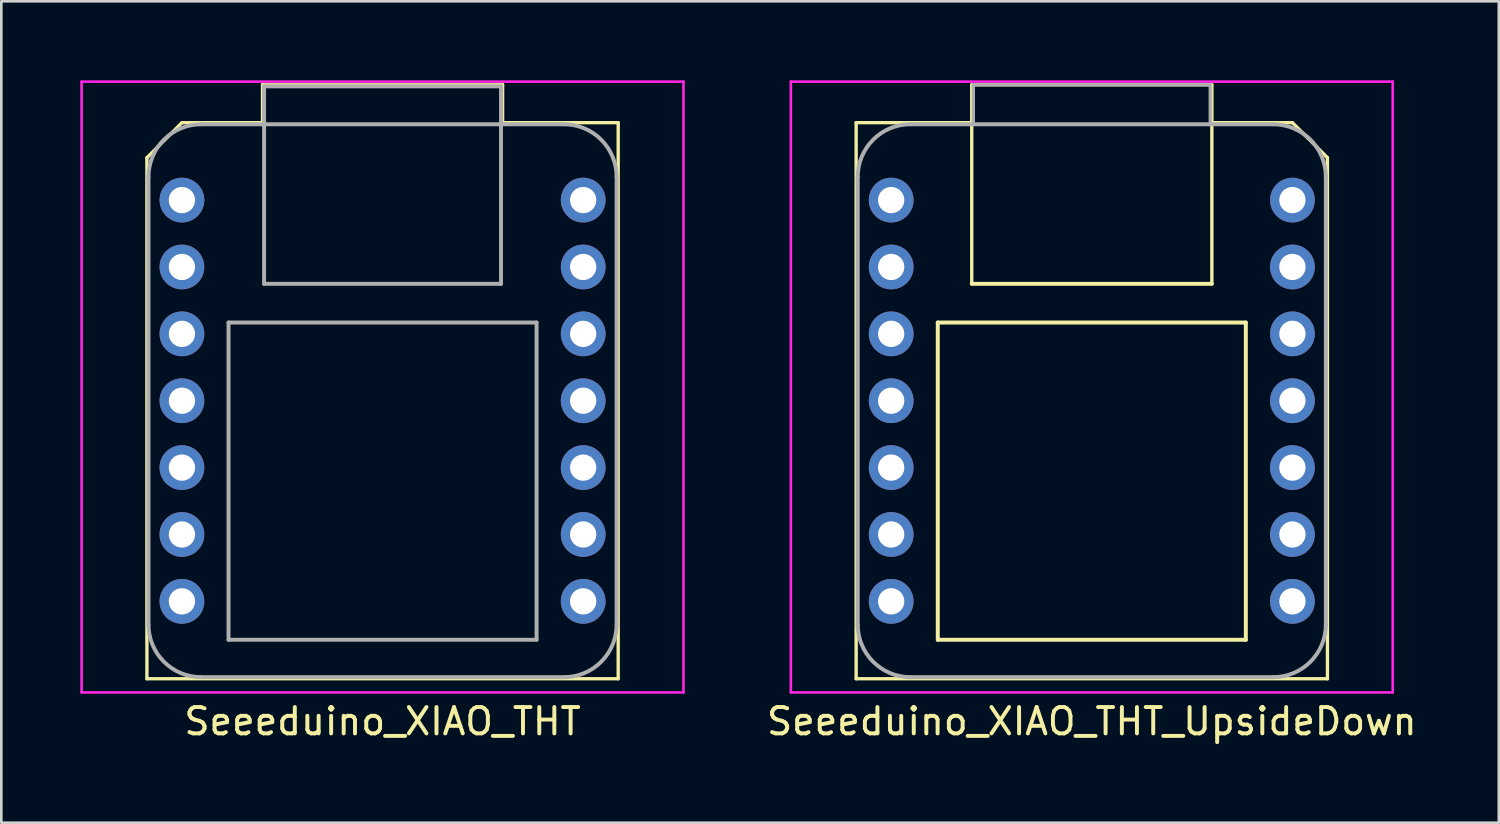
<source format=kicad_pcb>
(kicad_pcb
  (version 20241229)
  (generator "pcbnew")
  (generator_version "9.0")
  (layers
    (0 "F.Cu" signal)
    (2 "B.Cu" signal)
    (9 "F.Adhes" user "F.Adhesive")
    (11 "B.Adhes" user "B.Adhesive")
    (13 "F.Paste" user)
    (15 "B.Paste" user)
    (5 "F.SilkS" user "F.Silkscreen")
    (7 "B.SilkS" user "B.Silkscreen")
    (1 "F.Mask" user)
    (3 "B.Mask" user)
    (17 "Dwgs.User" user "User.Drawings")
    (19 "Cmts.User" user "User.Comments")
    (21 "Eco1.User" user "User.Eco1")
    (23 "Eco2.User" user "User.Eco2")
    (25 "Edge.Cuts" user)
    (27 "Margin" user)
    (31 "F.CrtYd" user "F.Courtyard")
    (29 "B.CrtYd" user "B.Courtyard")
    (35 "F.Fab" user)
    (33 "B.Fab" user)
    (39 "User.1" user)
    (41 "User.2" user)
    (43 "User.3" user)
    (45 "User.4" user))
  (footprint "Seeeduino_XIAO_THT_UpsideDown"
    (layer "F.Cu")
    (at 38.418 12.17)
    (property "Reference" "Seeeduino_XIAO_THT_UpsideDown" (at 0 12.18 0) (layer "F.SilkS") (effects (font (size 1 1) (thickness 0.15))))
    (attr through_hole)
    (fp_line (start -8.95 -10.56) (end -8.95 10.56) (stroke (width 0.127) (type solid)) (layer "F.SilkS"))
    (fp_line (start -8.95 10.56) (end 8.95 10.56) (stroke (width 0.127) (type solid)) (layer "F.SilkS"))
    (fp_line (start -5.85 -2.97) (end 5.85 -2.97) (stroke (width 0.15) (type solid)) (layer "F.SilkS"))
    (fp_line (start -5.85 9.08) (end -5.85 -2.97) (stroke (width 0.15) (type solid)) (layer "F.SilkS"))
    (fp_line (start -4.56 -12) (end -4.56 -4.44) (stroke (width 0.127) (type solid)) (layer "F.SilkS"))
    (fp_line (start -4.56 -10.56) (end -8.95 -10.56) (stroke (width 0.127) (type solid)) (layer "F.SilkS"))
    (fp_line (start 4.56 -12) (end -4.56 -12) (stroke (width 0.127) (type solid)) (layer "F.SilkS"))
    (fp_line (start 4.56 -4.44) (end -4.56 -4.44) (stroke (width 0.15) (type solid)) (layer "F.SilkS"))
    (fp_line (start 4.56 -4.44) (end 4.56 -12) (stroke (width 0.127) (type solid)) (layer "F.SilkS"))
    (fp_line (start 5.85 -2.97) (end 5.85 9.08) (stroke (width 0.15) (type solid)) (layer "F.SilkS"))
    (fp_line (start 5.85 9.08) (end -5.85 9.08) (stroke (width 0.15) (type solid)) (layer "F.SilkS"))
    (fp_line (start 7.62 -10.56) (end 4.56 -10.56) (stroke (width 0.127) (type solid)) (layer "F.SilkS"))
    (fp_line (start 8.95 -9.23) (end 7.62 -10.56) (stroke (width 0.127) (type solid)) (layer "F.SilkS"))
    (fp_line (start 8.95 10.56) (end 8.95 -9.23) (stroke (width 0.127) (type solid)) (layer "F.SilkS"))
    (fp_line (start -11.43 -12.12) (end 11.43 -12.12) (stroke (width 0.1) (type solid)) (layer "F.CrtYd"))
    (fp_line (start -11.43 11.08) (end -11.43 -12.12) (stroke (width 0.1) (type solid)) (layer "F.CrtYd"))
    (fp_line (start -11.43 11.08) (end 11.43 11.08) (stroke (width 0.1) (type solid)) (layer "F.CrtYd"))
    (fp_line (start 11.43 11.08) (end 11.43 -12.12) (stroke (width 0.1) (type solid)) (layer "F.CrtYd"))
    (fp_line (start -8.89 -8.5) (end -8.89 8.5) (stroke (width 0.15) (type solid)) (layer "F.Fab"))
    (fp_line (start -6.89 10.5) (end 6.89 10.5) (stroke (width 0.15) (type solid)) (layer "F.Fab"))
    (fp_line (start -4.5 -12) (end -4.5 -10.5) (stroke (width 0.127) (type solid)) (layer "F.Fab"))
    (fp_line (start 4.5 -12) (end -4.5 -12) (stroke (width 0.127) (type solid)) (layer "F.Fab"))
    (fp_line (start 4.5 -10.5) (end 4.5 -12) (stroke (width 0.127) (type solid)) (layer "F.Fab"))
    (fp_line (start 6.89 -10.5) (end -6.89 -10.5) (stroke (width 0.15) (type solid)) (layer "F.Fab"))
    (fp_line (start 8.89 8.5) (end 8.89 -8.5) (stroke (width 0.15) (type solid)) (layer "F.Fab"))
    (fp_arc (start -8.89 -8.5) (mid -8.304214 -9.914214) (end -6.89 -10.5) (stroke (width 0.15) (type solid)) (layer "F.Fab"))
    (fp_arc (start -6.89 10.5) (mid -8.304214 9.914214) (end -8.89 8.5) (stroke (width 0.15) (type solid)) (layer "F.Fab"))
    (fp_arc (start 6.89 -10.5) (mid 8.304214 -9.914214) (end 8.89 -8.5) (stroke (width 0.15) (type solid)) (layer "F.Fab"))
    (fp_arc (start 8.89 8.5) (mid 8.304214 9.914214) (end 6.89 10.5) (stroke (width 0.15) (type solid)) (layer "F.Fab"))
    (pad "1" thru_hole circle (at 7.62 -7.62) (size 1.7 1.7) (drill 1) (layers "*.Cu" "*.Mask"))
    (pad "2" thru_hole circle (at 7.62 -5.08) (size 1.7 1.7) (drill 1) (layers "*.Cu" "*.Mask"))
    (pad "3" thru_hole circle (at 7.62 -2.54) (size 1.7 1.7) (drill 1) (layers "*.Cu" "*.Mask"))
    (pad "4" thru_hole circle (at 7.62 0) (size 1.7 1.7) (drill 1) (layers "*.Cu" "*.Mask"))
    (pad "5" thru_hole circle (at 7.62 2.54) (size 1.7 1.7) (drill 1) (layers "*.Cu" "*.Mask"))
    (pad "6" thru_hole circle (at 7.62 5.08) (size 1.7 1.7) (drill 1) (layers "*.Cu" "*.Mask"))
    (pad "7" thru_hole circle (at 7.62 7.62) (size 1.7 1.7) (drill 1) (layers "*.Cu" "*.Mask"))
    (pad "8" thru_hole circle (at -7.62 7.62) (size 1.7 1.7) (drill 1) (layers "*.Cu" "*.Mask"))
    (pad "9" thru_hole circle (at -7.62 5.08) (size 1.7 1.7) (drill 1) (layers "*.Cu" "*.Mask"))
    (pad "10" thru_hole circle (at -7.62 2.54) (size 1.7 1.7) (drill 1) (layers "*.Cu" "*.Mask"))
    (pad "11" thru_hole circle (at -7.62 0) (size 1.7 1.7) (drill 1) (layers "*.Cu" "*.Mask"))
    (pad "12" thru_hole circle (at -7.62 -2.54) (size 1.7 1.7) (drill 1) (layers "*.Cu" "*.Mask"))
    (pad "13" thru_hole circle (at -7.62 -5.08) (size 1.7 1.7) (drill 1) (layers "*.Cu" "*.Mask"))
    (pad "14" thru_hole circle (at -7.62 -7.62) (size 1.7 1.7) (drill 1) (layers "*.Cu" "*.Mask")))
  (footprint "Seeeduino_XIAO_THT"
    (layer "F.Cu")
    (at 11.48 12.17)
    (property "Reference" "Seeeduino_XIAO_THT" (at 0 12.18 0) (layer "F.SilkS") (effects (font (size 1 1) (thickness 0.15))))
    (attr through_hole)
    (fp_line (start -8.95 -9.23) (end -8.95 10.56) (stroke (width 0.127) (type solid)) (layer "F.SilkS"))
    (fp_line (start -8.95 10.56) (end 8.95 10.56) (stroke (width 0.127) (type solid)) (layer "F.SilkS"))
    (fp_line (start -7.62 -10.56) (end -8.95 -9.23) (stroke (width 0.127) (type solid)) (layer "F.SilkS"))
    (fp_line (start -4.56 -12) (end -4.56 -10.56) (stroke (width 0.127) (type solid)) (layer "F.SilkS"))
    (fp_line (start -4.56 -10.56) (end -7.62 -10.56) (stroke (width 0.127) (type solid)) (layer "F.SilkS"))
    (fp_line (start 4.56 -12) (end -4.56 -12) (stroke (width 0.127) (type solid)) (layer "F.SilkS"))
    (fp_line (start 4.56 -10.56) (end 4.56 -12) (stroke (width 0.127) (type solid)) (layer "F.SilkS"))
    (fp_line (start 8.95 -10.56) (end 4.56 -10.56) (stroke (width 0.127) (type solid)) (layer "F.SilkS"))
    (fp_line (start 8.95 10.56) (end 8.95 -10.56) (stroke (width 0.127) (type solid)) (layer "F.SilkS"))
    (fp_line (start -11.43 -12.12) (end 11.43 -12.12) (stroke (width 0.1) (type solid)) (layer "F.CrtYd"))
    (fp_line (start -11.43 11.08) (end -11.43 -12.12) (stroke (width 0.1) (type solid)) (layer "F.CrtYd"))
    (fp_line (start -11.43 11.08) (end 11.43 11.08) (stroke (width 0.1) (type solid)) (layer "F.CrtYd"))
    (fp_line (start 11.43 11.08) (end 11.43 -12.12) (stroke (width 0.1) (type solid)) (layer "F.CrtYd"))
    (fp_line (start -8.89 -8.5) (end -8.89 8.5) (stroke (width 0.15) (type solid)) (layer "F.Fab"))
    (fp_line (start -6.89 10.5) (end 6.89 10.5) (stroke (width 0.15) (type solid)) (layer "F.Fab"))
    (fp_line (start -5.85 -2.97) (end 5.85 -2.97) (stroke (width 0.15) (type solid)) (layer "F.Fab"))
    (fp_line (start -5.85 9.08) (end -5.85 -2.97) (stroke (width 0.15) (type solid)) (layer "F.Fab"))
    (fp_line (start -4.5 -11.94) (end 4.5 -11.94) (stroke (width 0.15) (type solid)) (layer "F.Fab"))
    (fp_line (start -4.5 -4.44) (end -4.5 -11.94) (stroke (width 0.15) (type solid)) (layer "F.Fab"))
    (fp_line (start 4.5 -11.94) (end 4.5 -4.44) (stroke (width 0.15) (type solid)) (layer "F.Fab"))
    (fp_line (start 4.5 -4.44) (end -4.5 -4.44) (stroke (width 0.15) (type solid)) (layer "F.Fab"))
    (fp_line (start 5.85 -2.97) (end 5.85 9.08) (stroke (width 0.15) (type solid)) (layer "F.Fab"))
    (fp_line (start 5.85 9.08) (end -5.85 9.08) (stroke (width 0.15) (type solid)) (layer "F.Fab"))
    (fp_line (start 6.89 -10.5) (end -6.89 -10.5) (stroke (width 0.15) (type solid)) (layer "F.Fab"))
    (fp_line (start 8.89 8.5) (end 8.89 -8.5) (stroke (width 0.15) (type solid)) (layer "F.Fab"))
    (fp_arc (start -8.89 -8.5) (mid -8.304214 -9.914214) (end -6.89 -10.5) (stroke (width 0.15) (type solid)) (layer "F.Fab"))
    (fp_arc (start -6.89 10.5) (mid -8.304214 9.914214) (end -8.89 8.5) (stroke (width 0.15) (type solid)) (layer "F.Fab"))
    (fp_arc (start 6.89 -10.5) (mid 8.304214 -9.914214) (end 8.89 -8.5) (stroke (width 0.15) (type solid)) (layer "F.Fab"))
    (fp_arc (start 8.89 8.5) (mid 8.304214 9.914214) (end 6.89 10.5) (stroke (width 0.15) (type solid)) (layer "F.Fab"))
    (pad "1" thru_hole circle (at -7.62 -7.62) (size 1.7 1.7) (drill 1) (layers "*.Cu" "*.Mask"))
    (pad "2" thru_hole circle (at -7.62 -5.08) (size 1.7 1.7) (drill 1) (layers "*.Cu" "*.Mask"))
    (pad "3" thru_hole circle (at -7.62 -2.54) (size 1.7 1.7) (drill 1) (layers "*.Cu" "*.Mask"))
    (pad "4" thru_hole circle (at -7.62 0) (size 1.7 1.7) (drill 1) (layers "*.Cu" "*.Mask"))
    (pad "5" thru_hole circle (at -7.62 2.54) (size 1.7 1.7) (drill 1) (layers "*.Cu" "*.Mask"))
    (pad "6" thru_hole circle (at -7.62 5.08) (size 1.7 1.7) (drill 1) (layers "*.Cu" "*.Mask"))
    (pad "7" thru_hole circle (at -7.62 7.62) (size 1.7 1.7) (drill 1) (layers "*.Cu" "*.Mask"))
    (pad "8" thru_hole circle (at 7.62 7.62) (size 1.7 1.7) (drill 1) (layers "*.Cu" "*.Mask"))
    (pad "9" thru_hole circle (at 7.62 5.08) (size 1.7 1.7) (drill 1) (layers "*.Cu" "*.Mask"))
    (pad "10" thru_hole circle (at 7.62 2.54) (size 1.7 1.7) (drill 1) (layers "*.Cu" "*.Mask"))
    (pad "11" thru_hole circle (at 7.62 0) (size 1.7 1.7) (drill 1) (layers "*.Cu" "*.Mask"))
    (pad "12" thru_hole circle (at 7.62 -2.54) (size 1.7 1.7) (drill 1) (layers "*.Cu" "*.Mask"))
    (pad "13" thru_hole circle (at 7.62 -5.08) (size 1.7 1.7) (drill 1) (layers "*.Cu" "*.Mask"))
    (pad "14" thru_hole circle (at 7.62 -7.62) (size 1.7 1.7) (drill 1) (layers "*.Cu" "*.Mask")))
  (gr_rect
    (start -3 -3)
    (end 53.877 28.198)
    (stroke (width 0.1) (type default))
    (fill no)
    (layer "Edge.Cuts")))
</source>
